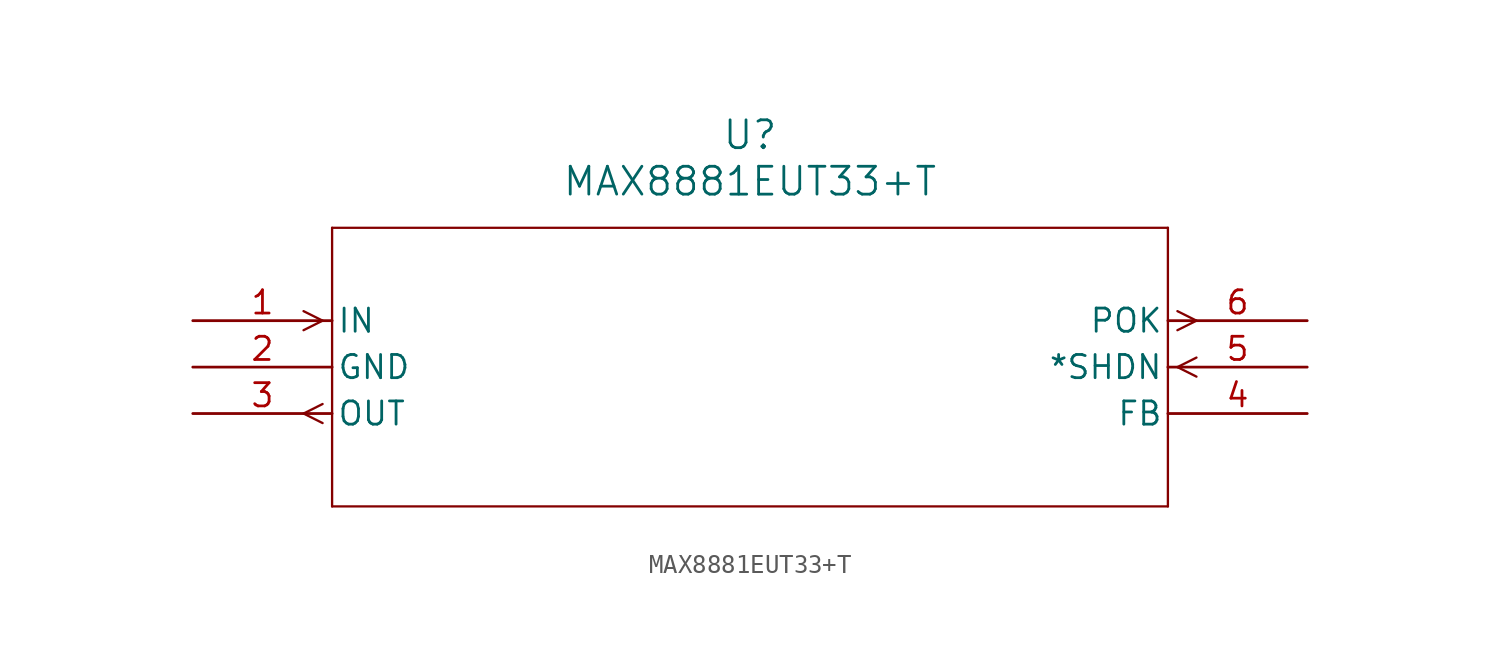
<source format=kicad_sym>
(kicad_symbol_lib
  (version 20211014)
  (generator kicad_symbol_editor)
  (symbol "MAX8881EUT33+T"
    (pin_names
      (offset 0.254))
    (property "Reference" "U"
      (at 30.48 10.16 0)
      (effects (font (size 1.524 1.524))))
    (property "Value" "MAX8881EUT33+T"
      (at 30.48 7.62 0)
      (effects (font (size 1.524 1.524))))
    (symbol "MAX8881EUT33+T_0_1"
      (polyline (pts (xy 7.099 0) (xy 6.058 0.521)) (stroke (width 0.127) (type default) (color 0 0 0 0)) (fill (type none)))
      (polyline (pts (xy 7.099 0) (xy 6.058 -0.521)) (stroke (width 0.127) (type default) (color 0 0 0 0)) (fill (type none)))
      (polyline (pts (xy 7.099 -4.559) (xy 6.058 -5.08)) (stroke (width 0.127) (type default) (color 0 0 0 0)) (fill (type none)))
      (polyline (pts (xy 7.099 -5.601) (xy 6.058 -5.08)) (stroke (width 0.127) (type default) (color 0 0 0 0)) (fill (type none)))
      (polyline (pts (xy 53.861 -2.54) (xy 54.902 -2.019)) (stroke (width 0.127) (type default) (color 0 0 0 0)) (fill (type none)))
      (polyline (pts (xy 53.861 -2.54) (xy 54.902 -3.061)) (stroke (width 0.127) (type default) (color 0 0 0 0)) (fill (type none)))
      (polyline (pts (xy 53.861 0.521) (xy 54.902 0)) (stroke (width 0.127) (type default) (color 0 0 0 0)) (fill (type none)))
      (polyline (pts (xy 53.861 -0.521) (xy 54.902 0)) (stroke (width 0.127) (type default) (color 0 0 0 0)) (fill (type none)))
      (polyline (pts (xy 7.62 5.08) (xy 7.62 -10.16)) (stroke (width 0.127) (type default) (color 0 0 0 0)) (fill (type none)))
      (polyline (pts (xy 7.62 -10.16) (xy 53.34 -10.16)) (stroke (width 0.127) (type default) (color 0 0 0 0)) (fill (type none)))
      (polyline (pts (xy 53.34 -10.16) (xy 53.34 5.08)) (stroke (width 0.127) (type default) (color 0 0 0 0)) (fill (type none)))
      (polyline (pts (xy 53.34 5.08) (xy 7.62 5.08)) (stroke (width 0.127) (type default) (color 0 0 0 0)) (fill (type none)))
      (pin input line (at 0 0 0) (length 7.62) (name "IN" (effects (font (size 1.27 1.27)))) (number "1" (effects (font (size 1.27 1.27)))))
      (pin power_in line (at 0 -2.54 0) (length 7.62) (name "GND" (effects (font (size 1.27 1.27)))) (number "2" (effects (font (size 1.27 1.27)))))
      (pin output line (at 0 -5.08 0) (length 7.62) (name "OUT" (effects (font (size 1.27 1.27)))) (number "3" (effects (font (size 1.27 1.27)))))
      (pin unspecified line (at 60.96 -5.08 180) (length 7.62) (name "FB" (effects (font (size 1.27 1.27)))) (number "4" (effects (font (size 1.27 1.27)))))
      (pin input line (at 60.96 -2.54 180) (length 7.62) (name "*SHDN" (effects (font (size 1.27 1.27)))) (number "5" (effects (font (size 1.27 1.27)))))
      (pin output line (at 60.96 0 180) (length 7.62) (name "POK" (effects (font (size 1.27 1.27)))) (number "6" (effects (font (size 1.27 1.27))))))))
</source>
